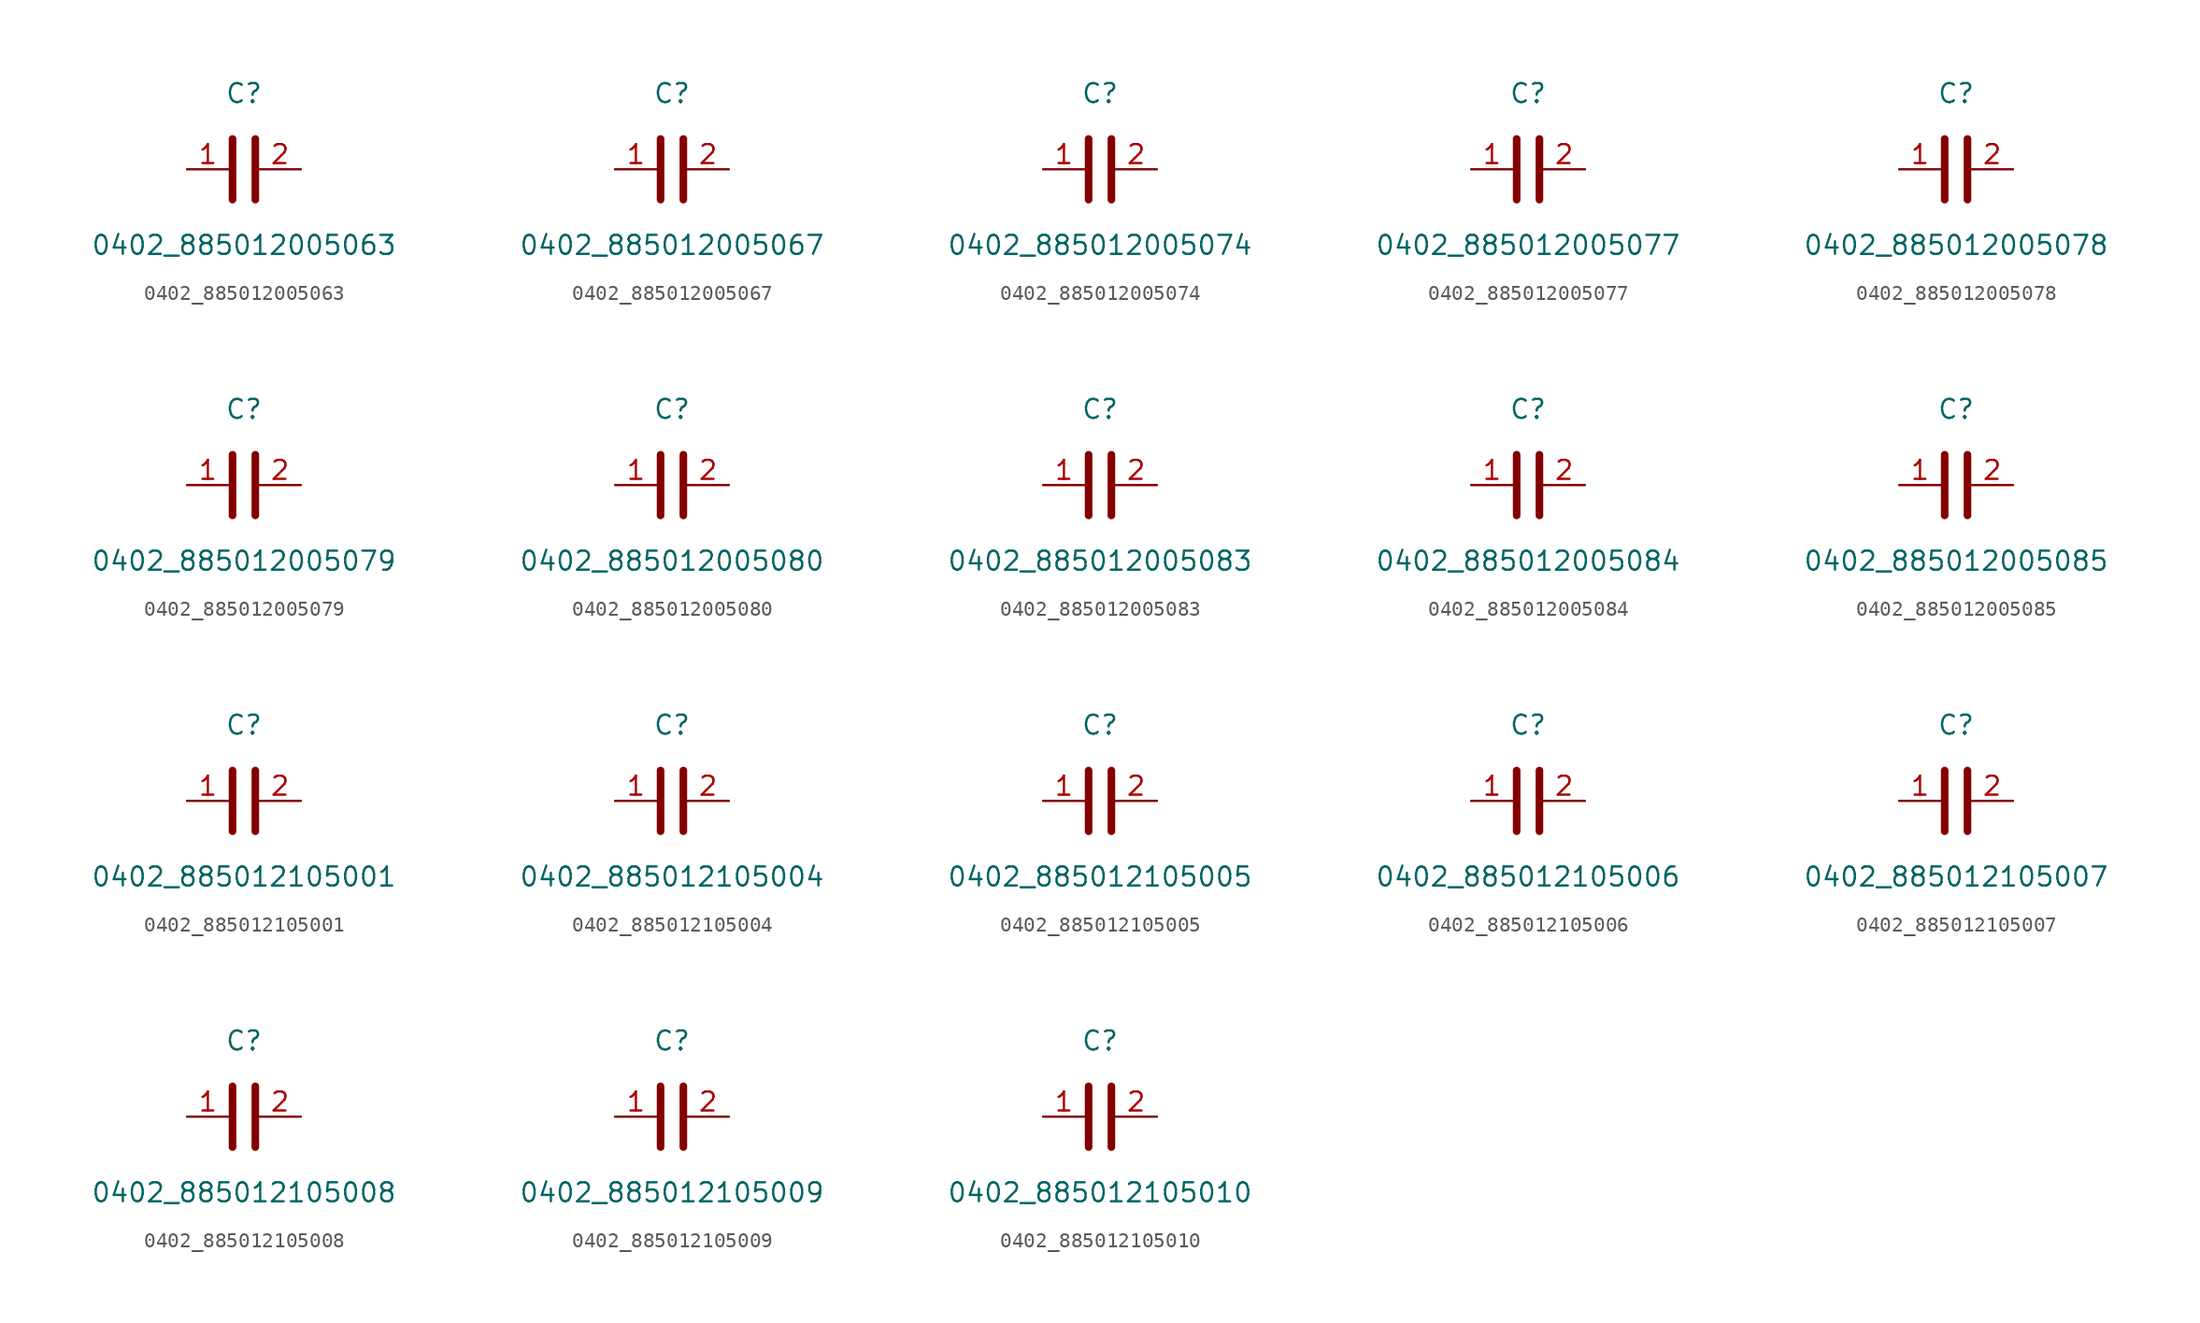
<source format=kicad_sym>
(kicad_symbol_lib
  (version 20220914)
  (generator kicad_symbol_editor)
  (symbol "0402_885012005063"
    (pin_names hide)
    (property "Reference" "C"
      (at 0 5.08 0)
      (effects (font (size 1.27 1.27))))
    (property "Value" "0402_885012005063"
      (at 0 -5.08 0)
      (effects (font (size 1.27 1.27))))
    (symbol "0402_885012005063_0_1"
      (polyline (pts (xy -0.762 -2.032) (xy -0.762 2.032)) (stroke (width 0.508) (type default)) (fill (type none)))
      (polyline (pts (xy 0.762 -2.032) (xy 0.762 2.032)) (stroke (width 0.508) (type default)) (fill (type none))))
    (symbol "0402_885012005063_1_1"
      (pin passive line (at -3.81 0 0) (length 2.794) (name "1" (effects (font (size 1.27 1.27)))) (number "1" (effects (font (size 1.27 1.27)))))
      (pin passive line (at 3.81 0 180) (length 2.794) (name "2" (effects (font (size 1.27 1.27)))) (number "2" (effects (font (size 1.27 1.27)))))))
  (symbol "0402_885012005067"
    (pin_names hide)
    (property "Reference" "C"
      (at 0 5.08 0)
      (effects (font (size 1.27 1.27))))
    (property "Value" "0402_885012005067"
      (at 0 -5.08 0)
      (effects (font (size 1.27 1.27))))
    (symbol "0402_885012005067_0_1"
      (polyline (pts (xy -0.762 -2.032) (xy -0.762 2.032)) (stroke (width 0.508) (type default)) (fill (type none)))
      (polyline (pts (xy 0.762 -2.032) (xy 0.762 2.032)) (stroke (width 0.508) (type default)) (fill (type none))))
    (symbol "0402_885012005067_1_1"
      (pin passive line (at -3.81 0 0) (length 2.794) (name "1" (effects (font (size 1.27 1.27)))) (number "1" (effects (font (size 1.27 1.27)))))
      (pin passive line (at 3.81 0 180) (length 2.794) (name "2" (effects (font (size 1.27 1.27)))) (number "2" (effects (font (size 1.27 1.27)))))))
  (symbol "0402_885012005074"
    (pin_names hide)
    (property "Reference" "C"
      (at 0 5.08 0)
      (effects (font (size 1.27 1.27))))
    (property "Value" "0402_885012005074"
      (at 0 -5.08 0)
      (effects (font (size 1.27 1.27))))
    (symbol "0402_885012005074_0_1"
      (polyline (pts (xy -0.762 -2.032) (xy -0.762 2.032)) (stroke (width 0.508) (type default)) (fill (type none)))
      (polyline (pts (xy 0.762 -2.032) (xy 0.762 2.032)) (stroke (width 0.508) (type default)) (fill (type none))))
    (symbol "0402_885012005074_1_1"
      (pin passive line (at -3.81 0 0) (length 2.794) (name "1" (effects (font (size 1.27 1.27)))) (number "1" (effects (font (size 1.27 1.27)))))
      (pin passive line (at 3.81 0 180) (length 2.794) (name "2" (effects (font (size 1.27 1.27)))) (number "2" (effects (font (size 1.27 1.27)))))))
  (symbol "0402_885012005077"
    (pin_names hide)
    (property "Reference" "C"
      (at 0 5.08 0)
      (effects (font (size 1.27 1.27))))
    (property "Value" "0402_885012005077"
      (at 0 -5.08 0)
      (effects (font (size 1.27 1.27))))
    (symbol "0402_885012005077_0_1"
      (polyline (pts (xy -0.762 -2.032) (xy -0.762 2.032)) (stroke (width 0.508) (type default)) (fill (type none)))
      (polyline (pts (xy 0.762 -2.032) (xy 0.762 2.032)) (stroke (width 0.508) (type default)) (fill (type none))))
    (symbol "0402_885012005077_1_1"
      (pin passive line (at -3.81 0 0) (length 2.794) (name "1" (effects (font (size 1.27 1.27)))) (number "1" (effects (font (size 1.27 1.27)))))
      (pin passive line (at 3.81 0 180) (length 2.794) (name "2" (effects (font (size 1.27 1.27)))) (number "2" (effects (font (size 1.27 1.27)))))))
  (symbol "0402_885012005078"
    (pin_names hide)
    (property "Reference" "C"
      (at 0 5.08 0)
      (effects (font (size 1.27 1.27))))
    (property "Value" "0402_885012005078"
      (at 0 -5.08 0)
      (effects (font (size 1.27 1.27))))
    (symbol "0402_885012005078_0_1"
      (polyline (pts (xy -0.762 -2.032) (xy -0.762 2.032)) (stroke (width 0.508) (type default)) (fill (type none)))
      (polyline (pts (xy 0.762 -2.032) (xy 0.762 2.032)) (stroke (width 0.508) (type default)) (fill (type none))))
    (symbol "0402_885012005078_1_1"
      (pin passive line (at -3.81 0 0) (length 2.794) (name "1" (effects (font (size 1.27 1.27)))) (number "1" (effects (font (size 1.27 1.27)))))
      (pin passive line (at 3.81 0 180) (length 2.794) (name "2" (effects (font (size 1.27 1.27)))) (number "2" (effects (font (size 1.27 1.27)))))))
  (symbol "0402_885012005079"
    (pin_names hide)
    (property "Reference" "C"
      (at 0 5.08 0)
      (effects (font (size 1.27 1.27))))
    (property "Value" "0402_885012005079"
      (at 0 -5.08 0)
      (effects (font (size 1.27 1.27))))
    (symbol "0402_885012005079_0_1"
      (polyline (pts (xy -0.762 -2.032) (xy -0.762 2.032)) (stroke (width 0.508) (type default)) (fill (type none)))
      (polyline (pts (xy 0.762 -2.032) (xy 0.762 2.032)) (stroke (width 0.508) (type default)) (fill (type none))))
    (symbol "0402_885012005079_1_1"
      (pin passive line (at -3.81 0 0) (length 2.794) (name "1" (effects (font (size 1.27 1.27)))) (number "1" (effects (font (size 1.27 1.27)))))
      (pin passive line (at 3.81 0 180) (length 2.794) (name "2" (effects (font (size 1.27 1.27)))) (number "2" (effects (font (size 1.27 1.27)))))))
  (symbol "0402_885012005080"
    (pin_names hide)
    (property "Reference" "C"
      (at 0 5.08 0)
      (effects (font (size 1.27 1.27))))
    (property "Value" "0402_885012005080"
      (at 0 -5.08 0)
      (effects (font (size 1.27 1.27))))
    (symbol "0402_885012005080_0_1"
      (polyline (pts (xy -0.762 -2.032) (xy -0.762 2.032)) (stroke (width 0.508) (type default)) (fill (type none)))
      (polyline (pts (xy 0.762 -2.032) (xy 0.762 2.032)) (stroke (width 0.508) (type default)) (fill (type none))))
    (symbol "0402_885012005080_1_1"
      (pin passive line (at -3.81 0 0) (length 2.794) (name "1" (effects (font (size 1.27 1.27)))) (number "1" (effects (font (size 1.27 1.27)))))
      (pin passive line (at 3.81 0 180) (length 2.794) (name "2" (effects (font (size 1.27 1.27)))) (number "2" (effects (font (size 1.27 1.27)))))))
  (symbol "0402_885012005083"
    (pin_names hide)
    (property "Reference" "C"
      (at 0 5.08 0)
      (effects (font (size 1.27 1.27))))
    (property "Value" "0402_885012005083"
      (at 0 -5.08 0)
      (effects (font (size 1.27 1.27))))
    (symbol "0402_885012005083_0_1"
      (polyline (pts (xy -0.762 -2.032) (xy -0.762 2.032)) (stroke (width 0.508) (type default)) (fill (type none)))
      (polyline (pts (xy 0.762 -2.032) (xy 0.762 2.032)) (stroke (width 0.508) (type default)) (fill (type none))))
    (symbol "0402_885012005083_1_1"
      (pin passive line (at -3.81 0 0) (length 2.794) (name "1" (effects (font (size 1.27 1.27)))) (number "1" (effects (font (size 1.27 1.27)))))
      (pin passive line (at 3.81 0 180) (length 2.794) (name "2" (effects (font (size 1.27 1.27)))) (number "2" (effects (font (size 1.27 1.27)))))))
  (symbol "0402_885012005084"
    (pin_names hide)
    (property "Reference" "C"
      (at 0 5.08 0)
      (effects (font (size 1.27 1.27))))
    (property "Value" "0402_885012005084"
      (at 0 -5.08 0)
      (effects (font (size 1.27 1.27))))
    (symbol "0402_885012005084_0_1"
      (polyline (pts (xy -0.762 -2.032) (xy -0.762 2.032)) (stroke (width 0.508) (type default)) (fill (type none)))
      (polyline (pts (xy 0.762 -2.032) (xy 0.762 2.032)) (stroke (width 0.508) (type default)) (fill (type none))))
    (symbol "0402_885012005084_1_1"
      (pin passive line (at -3.81 0 0) (length 2.794) (name "1" (effects (font (size 1.27 1.27)))) (number "1" (effects (font (size 1.27 1.27)))))
      (pin passive line (at 3.81 0 180) (length 2.794) (name "2" (effects (font (size 1.27 1.27)))) (number "2" (effects (font (size 1.27 1.27)))))))
  (symbol "0402_885012005085"
    (pin_names hide)
    (property "Reference" "C"
      (at 0 5.08 0)
      (effects (font (size 1.27 1.27))))
    (property "Value" "0402_885012005085"
      (at 0 -5.08 0)
      (effects (font (size 1.27 1.27))))
    (symbol "0402_885012005085_0_1"
      (polyline (pts (xy -0.762 -2.032) (xy -0.762 2.032)) (stroke (width 0.508) (type default)) (fill (type none)))
      (polyline (pts (xy 0.762 -2.032) (xy 0.762 2.032)) (stroke (width 0.508) (type default)) (fill (type none))))
    (symbol "0402_885012005085_1_1"
      (pin passive line (at -3.81 0 0) (length 2.794) (name "1" (effects (font (size 1.27 1.27)))) (number "1" (effects (font (size 1.27 1.27)))))
      (pin passive line (at 3.81 0 180) (length 2.794) (name "2" (effects (font (size 1.27 1.27)))) (number "2" (effects (font (size 1.27 1.27)))))))
  (symbol "0402_885012105001"
    (pin_names hide)
    (property "Reference" "C"
      (at 0 5.08 0)
      (effects (font (size 1.27 1.27))))
    (property "Value" "0402_885012105001"
      (at 0 -5.08 0)
      (effects (font (size 1.27 1.27))))
    (symbol "0402_885012105001_0_1"
      (polyline (pts (xy -0.762 -2.032) (xy -0.762 2.032)) (stroke (width 0.508) (type default)) (fill (type none)))
      (polyline (pts (xy 0.762 -2.032) (xy 0.762 2.032)) (stroke (width 0.508) (type default)) (fill (type none))))
    (symbol "0402_885012105001_1_1"
      (pin passive line (at -3.81 0 0) (length 2.794) (name "1" (effects (font (size 1.27 1.27)))) (number "1" (effects (font (size 1.27 1.27)))))
      (pin passive line (at 3.81 0 180) (length 2.794) (name "2" (effects (font (size 1.27 1.27)))) (number "2" (effects (font (size 1.27 1.27)))))))
  (symbol "0402_885012105004"
    (pin_names hide)
    (property "Reference" "C"
      (at 0 5.08 0)
      (effects (font (size 1.27 1.27))))
    (property "Value" "0402_885012105004"
      (at 0 -5.08 0)
      (effects (font (size 1.27 1.27))))
    (symbol "0402_885012105004_0_1"
      (polyline (pts (xy -0.762 -2.032) (xy -0.762 2.032)) (stroke (width 0.508) (type default)) (fill (type none)))
      (polyline (pts (xy 0.762 -2.032) (xy 0.762 2.032)) (stroke (width 0.508) (type default)) (fill (type none))))
    (symbol "0402_885012105004_1_1"
      (pin passive line (at -3.81 0 0) (length 2.794) (name "1" (effects (font (size 1.27 1.27)))) (number "1" (effects (font (size 1.27 1.27)))))
      (pin passive line (at 3.81 0 180) (length 2.794) (name "2" (effects (font (size 1.27 1.27)))) (number "2" (effects (font (size 1.27 1.27)))))))
  (symbol "0402_885012105005"
    (pin_names hide)
    (property "Reference" "C"
      (at 0 5.08 0)
      (effects (font (size 1.27 1.27))))
    (property "Value" "0402_885012105005"
      (at 0 -5.08 0)
      (effects (font (size 1.27 1.27))))
    (symbol "0402_885012105005_0_1"
      (polyline (pts (xy -0.762 -2.032) (xy -0.762 2.032)) (stroke (width 0.508) (type default)) (fill (type none)))
      (polyline (pts (xy 0.762 -2.032) (xy 0.762 2.032)) (stroke (width 0.508) (type default)) (fill (type none))))
    (symbol "0402_885012105005_1_1"
      (pin passive line (at -3.81 0 0) (length 2.794) (name "1" (effects (font (size 1.27 1.27)))) (number "1" (effects (font (size 1.27 1.27)))))
      (pin passive line (at 3.81 0 180) (length 2.794) (name "2" (effects (font (size 1.27 1.27)))) (number "2" (effects (font (size 1.27 1.27)))))))
  (symbol "0402_885012105006"
    (pin_names hide)
    (property "Reference" "C"
      (at 0 5.08 0)
      (effects (font (size 1.27 1.27))))
    (property "Value" "0402_885012105006"
      (at 0 -5.08 0)
      (effects (font (size 1.27 1.27))))
    (symbol "0402_885012105006_0_1"
      (polyline (pts (xy -0.762 -2.032) (xy -0.762 2.032)) (stroke (width 0.508) (type default)) (fill (type none)))
      (polyline (pts (xy 0.762 -2.032) (xy 0.762 2.032)) (stroke (width 0.508) (type default)) (fill (type none))))
    (symbol "0402_885012105006_1_1"
      (pin passive line (at -3.81 0 0) (length 2.794) (name "1" (effects (font (size 1.27 1.27)))) (number "1" (effects (font (size 1.27 1.27)))))
      (pin passive line (at 3.81 0 180) (length 2.794) (name "2" (effects (font (size 1.27 1.27)))) (number "2" (effects (font (size 1.27 1.27)))))))
  (symbol "0402_885012105007"
    (pin_names hide)
    (property "Reference" "C"
      (at 0 5.08 0)
      (effects (font (size 1.27 1.27))))
    (property "Value" "0402_885012105007"
      (at 0 -5.08 0)
      (effects (font (size 1.27 1.27))))
    (symbol "0402_885012105007_0_1"
      (polyline (pts (xy -0.762 -2.032) (xy -0.762 2.032)) (stroke (width 0.508) (type default)) (fill (type none)))
      (polyline (pts (xy 0.762 -2.032) (xy 0.762 2.032)) (stroke (width 0.508) (type default)) (fill (type none))))
    (symbol "0402_885012105007_1_1"
      (pin passive line (at -3.81 0 0) (length 2.794) (name "1" (effects (font (size 1.27 1.27)))) (number "1" (effects (font (size 1.27 1.27)))))
      (pin passive line (at 3.81 0 180) (length 2.794) (name "2" (effects (font (size 1.27 1.27)))) (number "2" (effects (font (size 1.27 1.27)))))))
  (symbol "0402_885012105008"
    (pin_names hide)
    (property "Reference" "C"
      (at 0 5.08 0)
      (effects (font (size 1.27 1.27))))
    (property "Value" "0402_885012105008"
      (at 0 -5.08 0)
      (effects (font (size 1.27 1.27))))
    (symbol "0402_885012105008_0_1"
      (polyline (pts (xy -0.762 -2.032) (xy -0.762 2.032)) (stroke (width 0.508) (type default)) (fill (type none)))
      (polyline (pts (xy 0.762 -2.032) (xy 0.762 2.032)) (stroke (width 0.508) (type default)) (fill (type none))))
    (symbol "0402_885012105008_1_1"
      (pin passive line (at -3.81 0 0) (length 2.794) (name "1" (effects (font (size 1.27 1.27)))) (number "1" (effects (font (size 1.27 1.27)))))
      (pin passive line (at 3.81 0 180) (length 2.794) (name "2" (effects (font (size 1.27 1.27)))) (number "2" (effects (font (size 1.27 1.27)))))))
  (symbol "0402_885012105009"
    (pin_names hide)
    (property "Reference" "C"
      (at 0 5.08 0)
      (effects (font (size 1.27 1.27))))
    (property "Value" "0402_885012105009"
      (at 0 -5.08 0)
      (effects (font (size 1.27 1.27))))
    (symbol "0402_885012105009_0_1"
      (polyline (pts (xy -0.762 -2.032) (xy -0.762 2.032)) (stroke (width 0.508) (type default)) (fill (type none)))
      (polyline (pts (xy 0.762 -2.032) (xy 0.762 2.032)) (stroke (width 0.508) (type default)) (fill (type none))))
    (symbol "0402_885012105009_1_1"
      (pin passive line (at -3.81 0 0) (length 2.794) (name "1" (effects (font (size 1.27 1.27)))) (number "1" (effects (font (size 1.27 1.27)))))
      (pin passive line (at 3.81 0 180) (length 2.794) (name "2" (effects (font (size 1.27 1.27)))) (number "2" (effects (font (size 1.27 1.27)))))))
  (symbol "0402_885012105010"
    (pin_names hide)
    (property "Reference" "C"
      (at 0 5.08 0)
      (effects (font (size 1.27 1.27))))
    (property "Value" "0402_885012105010"
      (at 0 -5.08 0)
      (effects (font (size 1.27 1.27))))
    (symbol "0402_885012105010_0_1"
      (polyline (pts (xy -0.762 -2.032) (xy -0.762 2.032)) (stroke (width 0.508) (type default)) (fill (type none)))
      (polyline (pts (xy 0.762 -2.032) (xy 0.762 2.032)) (stroke (width 0.508) (type default)) (fill (type none))))
    (symbol "0402_885012105010_1_1"
      (pin passive line (at -3.81 0 0) (length 2.794) (name "1" (effects (font (size 1.27 1.27)))) (number "1" (effects (font (size 1.27 1.27)))))
      (pin passive line (at 3.81 0 180) (length 2.794) (name "2" (effects (font (size 1.27 1.27)))) (number "2" (effects (font (size 1.27 1.27))))))))
</source>
